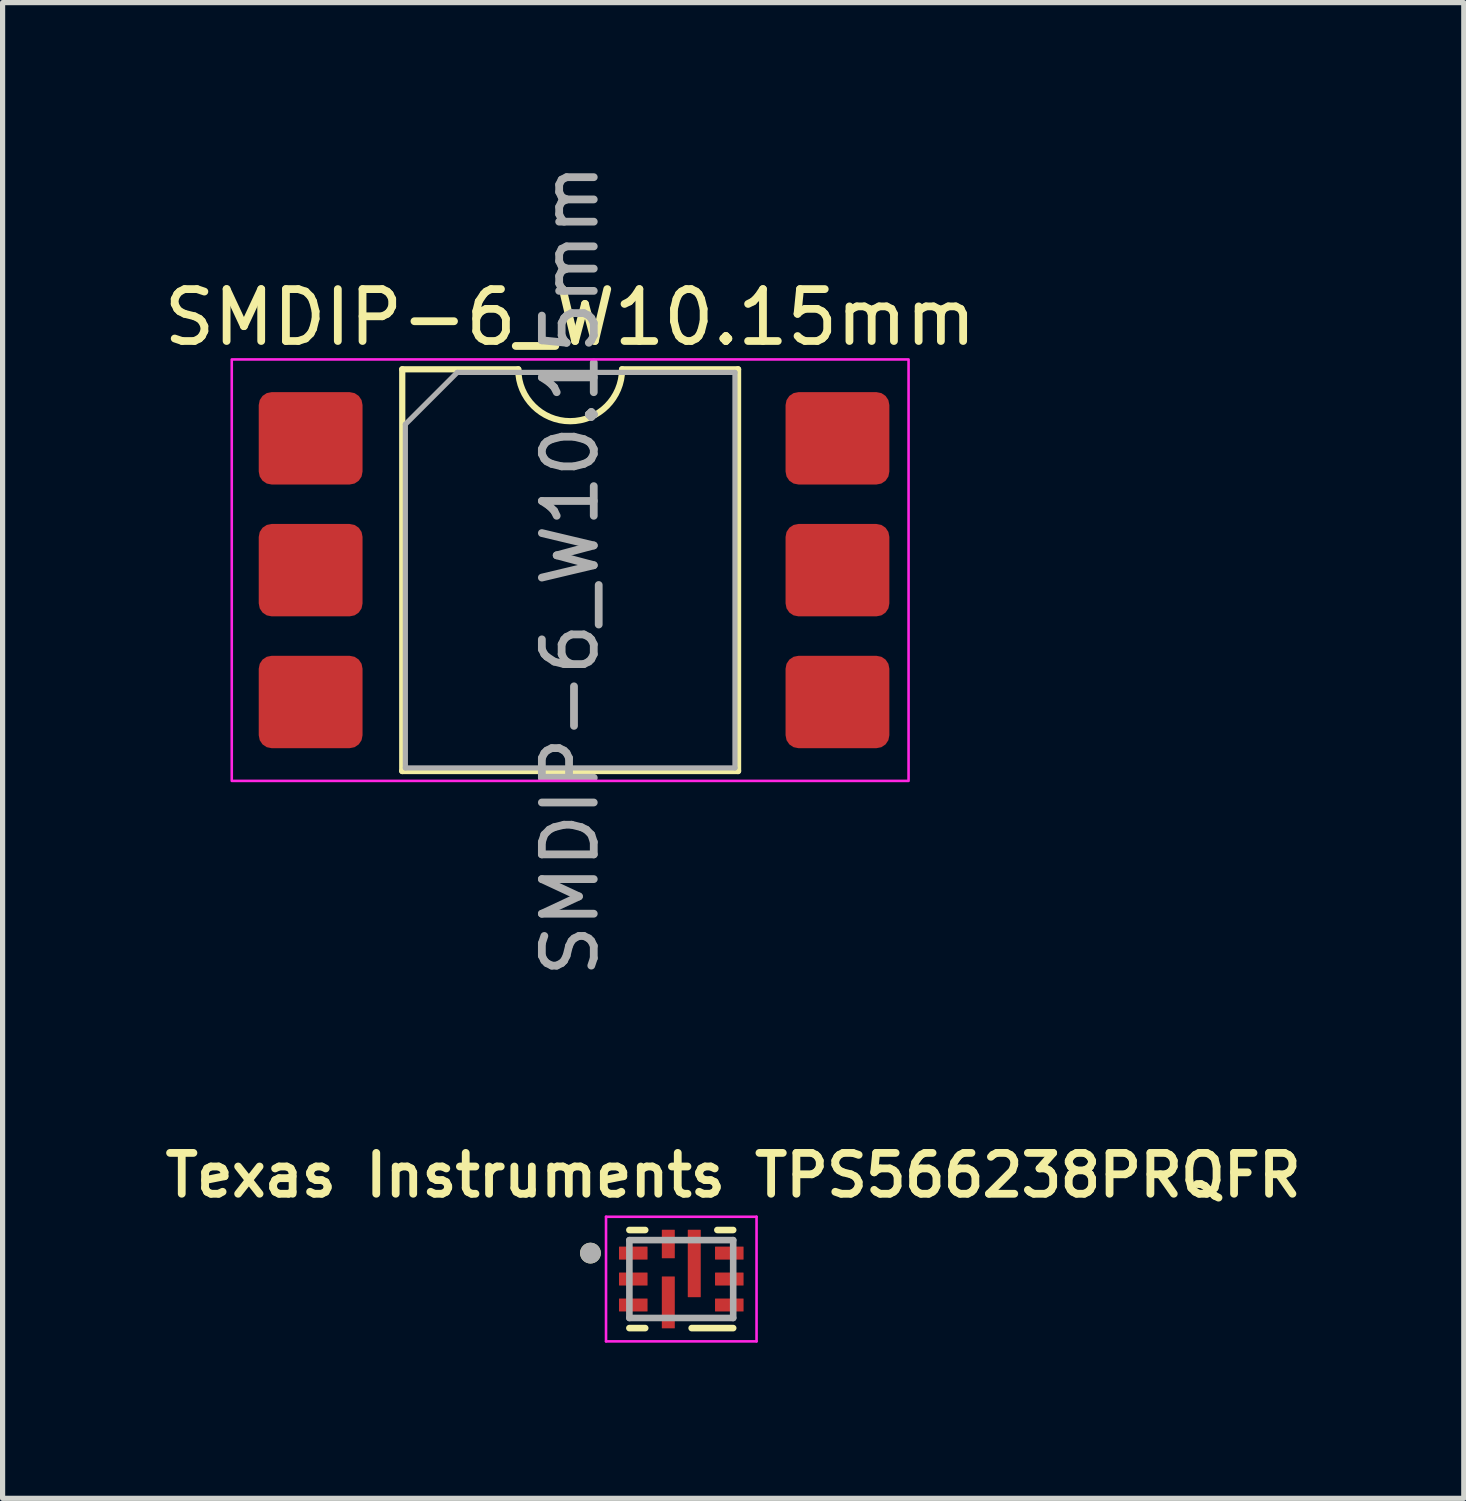
<source format=kicad_pcb>
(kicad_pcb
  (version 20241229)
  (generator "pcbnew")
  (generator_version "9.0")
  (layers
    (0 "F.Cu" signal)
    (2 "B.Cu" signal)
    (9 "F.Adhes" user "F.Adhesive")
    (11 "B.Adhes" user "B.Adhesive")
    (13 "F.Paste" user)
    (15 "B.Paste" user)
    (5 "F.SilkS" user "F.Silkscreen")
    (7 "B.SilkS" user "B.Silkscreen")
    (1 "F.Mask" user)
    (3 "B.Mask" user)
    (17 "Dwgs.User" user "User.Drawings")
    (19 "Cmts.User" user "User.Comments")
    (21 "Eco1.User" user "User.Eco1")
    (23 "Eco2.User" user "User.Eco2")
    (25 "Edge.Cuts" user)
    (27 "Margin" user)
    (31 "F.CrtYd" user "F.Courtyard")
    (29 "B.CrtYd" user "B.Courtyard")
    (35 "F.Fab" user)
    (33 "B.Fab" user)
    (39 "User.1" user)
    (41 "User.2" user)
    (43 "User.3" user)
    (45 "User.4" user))
  (footprint "SMDIP-6_W10.15mm"
    (layer "F.Cu")
    (at 7.935 7.935)
    (property "Reference" "SMDIP-6_W10.15mm" (at 0 -4.87 0) (layer "F.SilkS") (effects (font (size 1 1) (thickness 0.15))))
    (attr smd)
    (fp_line (start -3.235 -3.87) (end -3.235 3.87) (stroke (width 0.12) (type solid)) (layer "F.SilkS"))
    (fp_line (start -3.235 3.87) (end 3.235 3.87) (stroke (width 0.12) (type solid)) (layer "F.SilkS"))
    (fp_line (start -1 -3.87) (end -3.235 -3.87) (stroke (width 0.12) (type solid)) (layer "F.SilkS"))
    (fp_line (start 3.235 -3.87) (end 1 -3.87) (stroke (width 0.12) (type solid)) (layer "F.SilkS"))
    (fp_line (start 3.235 3.87) (end 3.235 -3.87) (stroke (width 0.12) (type solid)) (layer "F.SilkS"))
    (fp_arc (start 1 -3.87) (mid 0 -2.87) (end -1 -3.87) (stroke (width 0.12) (type solid)) (layer "F.SilkS"))
    (fp_rect (start -6.52 -4.06) (end 6.52 4.06) (stroke (width 0.05) (type solid)) (fill no) (layer "F.CrtYd"))
    (fp_line (start -3.175 -2.81) (end -2.175 -3.81) (stroke (width 0.1) (type solid)) (layer "F.Fab"))
    (fp_line (start -3.175 3.81) (end -3.175 -2.81) (stroke (width 0.1) (type solid)) (layer "F.Fab"))
    (fp_line (start -2.175 -3.81) (end 3.175 -3.81) (stroke (width 0.1) (type solid)) (layer "F.Fab"))
    (fp_line (start 3.175 -3.81) (end 3.175 3.81) (stroke (width 0.1) (type solid)) (layer "F.Fab"))
    (fp_line (start 3.175 3.81) (end -3.175 3.81) (stroke (width 0.1) (type solid)) (layer "F.Fab"))
    (fp_text user "${REFERENCE}" (at 0 0 90) (layer "F.Fab") (effects (font (size 1 1) (thickness 0.15))))
    (pad "1" smd roundrect (at -5 -2.54) (size 2 1.78) (layers "F.Cu" "F.Mask" "F.Paste") (roundrect_rratio 0.14))
    (pad "2" smd roundrect (at -5 0) (size 2 1.78) (layers "F.Cu" "F.Mask" "F.Paste") (roundrect_rratio 0.14))
    (pad "3" smd roundrect (at -5 2.54) (size 2 1.78) (layers "F.Cu" "F.Mask" "F.Paste") (roundrect_rratio 0.14))
    (pad "4" smd roundrect (at 5.15 2.54) (size 2 1.78) (layers "F.Cu" "F.Mask" "F.Paste") (roundrect_rratio 0.14))
    (pad "5" smd roundrect (at 5.15 0) (size 2 1.78) (layers "F.Cu" "F.Mask" "F.Paste") (roundrect_rratio 0.14))
    (pad "6" smd roundrect (at 5.15 -2.54) (size 2 1.78) (layers "F.Cu" "F.Mask" "F.Paste") (roundrect_rratio 0.14)))
  (footprint "Texas Instruments TPS566238PRQFR"
    (layer "F.Cu")
    (at 10.076 21.593)
    (property "Reference" "Texas Instruments TPS566238PRQFR" (at 1 -2 0) (layer "F.SilkS") (effects (font (size 0.787 0.787) (thickness 0.15))))
    (attr smd)
    (fp_line (start -1 -0.945) (end -0.695 -0.945) (stroke (width 0.127) (type solid)) (layer "F.SilkS"))
    (fp_line (start -1 0.945) (end -0.695 0.945) (stroke (width 0.127) (type solid)) (layer "F.SilkS"))
    (fp_line (start 1 -0.945) (end 0.695 -0.945) (stroke (width 0.127) (type solid)) (layer "F.SilkS"))
    (fp_line (start 1 0.945) (end 0.2 0.945) (stroke (width 0.127) (type solid)) (layer "F.SilkS"))
    (fp_circle (center -1.75 -0.5) (end -1.65 -0.5) (stroke (width 0.2) (type solid)) (fill no) (layer "F.SilkS"))
    (fp_line (start -1.45 -1.2) (end 1.45 -1.2) (stroke (width 0.05) (type solid)) (layer "F.CrtYd"))
    (fp_line (start -1.45 1.2) (end -1.45 -1.2) (stroke (width 0.05) (type solid)) (layer "F.CrtYd"))
    (fp_line (start -1.45 1.2) (end 1.45 1.2) (stroke (width 0.05) (type solid)) (layer "F.CrtYd"))
    (fp_line (start 1.45 1.2) (end 1.45 -1.2) (stroke (width 0.05) (type solid)) (layer "F.CrtYd"))
    (fp_line (start -1 0.75) (end -1 -0.75) (stroke (width 0.127) (type solid)) (layer "F.Fab"))
    (fp_line (start 1 -0.75) (end -1 -0.75) (stroke (width 0.127) (type solid)) (layer "F.Fab"))
    (fp_line (start 1 0.75) (end -1 0.75) (stroke (width 0.127) (type solid)) (layer "F.Fab"))
    (fp_line (start 1 0.75) (end 1 -0.75) (stroke (width 0.127) (type solid)) (layer "F.Fab"))
    (fp_circle (center -1.75 -0.5) (end -1.65 -0.5) (stroke (width 0.2) (type solid)) (fill no) (layer "F.Fab"))
    (pad "1" smd roundrect (at -0.925 -0.5) (size 0.55 0.25) (layers "F.Cu" "F.Mask" "F.Paste") (roundrect_rratio 0.03))
    (pad "2" smd roundrect (at -0.925 0) (size 0.55 0.25) (layers "F.Cu" "F.Mask" "F.Paste") (roundrect_rratio 0.03))
    (pad "3" smd roundrect (at -0.925 0.5) (size 0.55 0.25) (layers "F.Cu" "F.Mask" "F.Paste") (roundrect_rratio 0.03))
    (pad "4" smd roundrect (at -0.25 0.45 90) (size 1 0.25) (layers "F.Cu" "F.Mask" "F.Paste") (roundrect_rratio 0.03))
    (pad "5" smd roundrect (at 0.925 0.5 180) (size 0.55 0.25) (layers "F.Cu" "F.Mask" "F.Paste") (roundrect_rratio 0.03))
    (pad "6" smd roundrect (at 0.925 0 180) (size 0.55 0.25) (layers "F.Cu" "F.Mask" "F.Paste") (roundrect_rratio 0.03))
    (pad "7" smd roundrect (at 0.925 -0.5 180) (size 0.55 0.25) (layers "F.Cu" "F.Mask" "F.Paste") (roundrect_rratio 0.03))
    (pad "8" smd roundrect (at 0.25 -0.3 270) (size 1.3 0.25) (layers "F.Cu" "F.Mask" "F.Paste") (roundrect_rratio 0.03))
    (pad "9" smd roundrect (at -0.25 -0.675 270) (size 0.55 0.25) (layers "F.Cu" "F.Mask" "F.Paste") (roundrect_rratio 0.03)))
  (gr_rect
    (start -3 -3)
    (end 25.152 25.818)
    (stroke (width 0.1) (type default))
    (fill no)
    (layer "Edge.Cuts")))
</source>
